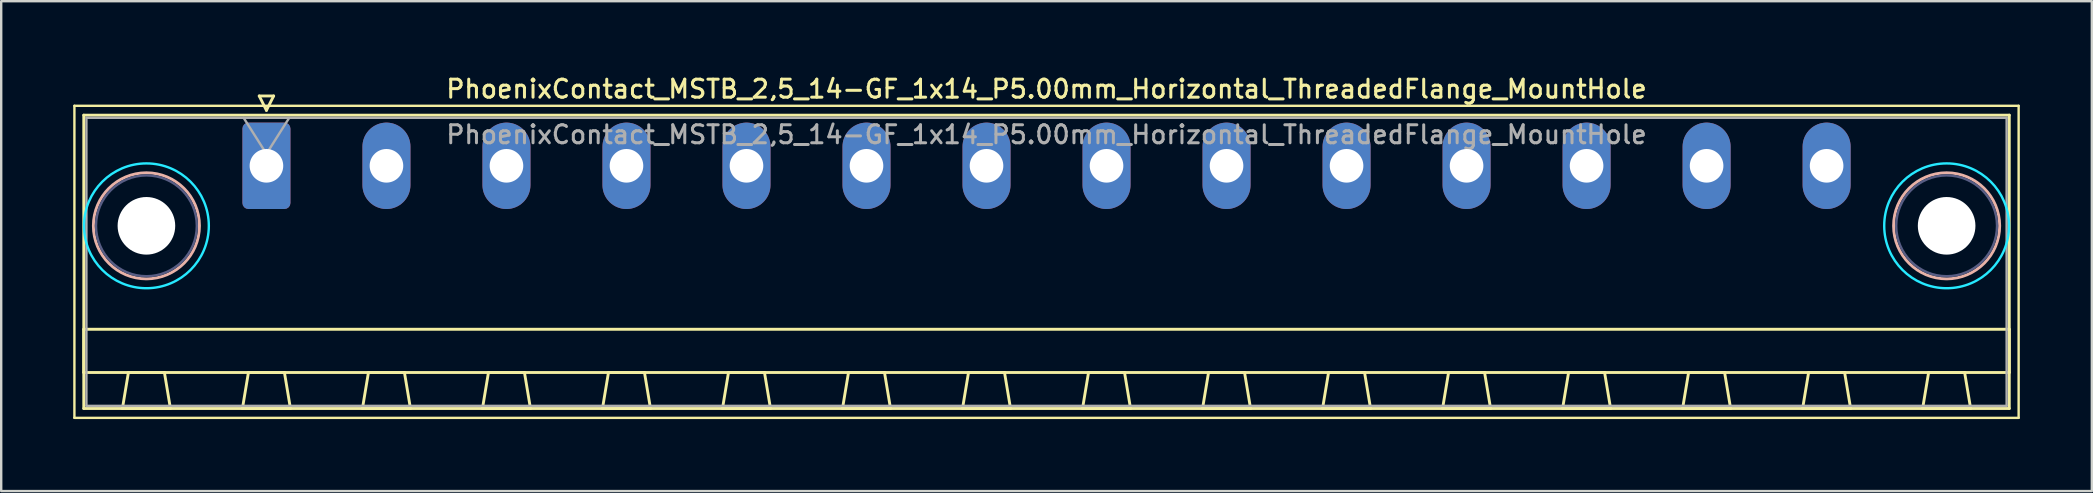
<source format=kicad_pcb>
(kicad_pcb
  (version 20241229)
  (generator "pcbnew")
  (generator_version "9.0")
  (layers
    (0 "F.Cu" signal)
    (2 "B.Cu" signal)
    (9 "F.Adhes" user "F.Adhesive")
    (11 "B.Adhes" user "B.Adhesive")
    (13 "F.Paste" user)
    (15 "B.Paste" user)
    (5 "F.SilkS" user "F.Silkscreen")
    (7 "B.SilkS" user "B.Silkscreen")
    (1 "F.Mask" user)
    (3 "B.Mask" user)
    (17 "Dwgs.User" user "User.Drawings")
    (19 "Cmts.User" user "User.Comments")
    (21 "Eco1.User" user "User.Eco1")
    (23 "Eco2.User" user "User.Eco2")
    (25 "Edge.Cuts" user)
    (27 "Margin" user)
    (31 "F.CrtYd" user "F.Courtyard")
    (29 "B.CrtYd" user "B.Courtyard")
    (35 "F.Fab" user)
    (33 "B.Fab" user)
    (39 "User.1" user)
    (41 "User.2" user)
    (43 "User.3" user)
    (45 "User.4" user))
  (footprint "PhoenixContact_MSTB_2,5_14-GF_1x14_P5.00mm_Horizontal_ThreadedFlange_MountHole"
    (layer "F.Cu")
    (at 8.05 3.858)
    (property "Reference" "PhoenixContact_MSTB_2,5_14-GF_1x14_P5.00mm_Horizontal_ThreadedFlange_MountHole" (at 32.5 -3.2 0) (layer "F.SilkS") (effects (font (size 0.75 0.75) (thickness 0.125))))
    (attr through_hole)
    (fp_line (start -8 -2.5) (end -8 10.5) (stroke (width 0.1) (type solid)) (layer "F.SilkS"))
    (fp_line (start -8 10.5) (end 73 10.5) (stroke (width 0.1) (type solid)) (layer "F.SilkS"))
    (fp_line (start -7.61 -2.11) (end -7.61 10.11) (stroke (width 0.12) (type solid)) (layer "F.SilkS"))
    (fp_line (start -7.61 6.81) (end 72.61 6.81) (stroke (width 0.12) (type solid)) (layer "F.SilkS"))
    (fp_line (start -7.61 8.61) (end -7.61 6.81) (stroke (width 0.12) (type solid)) (layer "F.SilkS"))
    (fp_line (start -7.61 10.11) (end 72.61 10.11) (stroke (width 0.12) (type solid)) (layer "F.SilkS"))
    (fp_line (start -6 10.11) (end -4 10.11) (stroke (width 0.12) (type solid)) (layer "F.SilkS"))
    (fp_line (start -5.75 8.61) (end -6 10.11) (stroke (width 0.12) (type solid)) (layer "F.SilkS"))
    (fp_line (start -4.25 8.61) (end -5.75 8.61) (stroke (width 0.12) (type solid)) (layer "F.SilkS"))
    (fp_line (start -4 10.11) (end -4.25 8.61) (stroke (width 0.12) (type solid)) (layer "F.SilkS"))
    (fp_line (start -1 10.11) (end 1 10.11) (stroke (width 0.12) (type solid)) (layer "F.SilkS"))
    (fp_line (start -0.75 8.61) (end -1 10.11) (stroke (width 0.12) (type solid)) (layer "F.SilkS"))
    (fp_line (start -0.3 -2.91) (end 0.3 -2.91) (stroke (width 0.12) (type solid)) (layer "F.SilkS"))
    (fp_line (start 0 -2.31) (end -0.3 -2.91) (stroke (width 0.12) (type solid)) (layer "F.SilkS"))
    (fp_line (start 0.3 -2.91) (end 0 -2.31) (stroke (width 0.12) (type solid)) (layer "F.SilkS"))
    (fp_line (start 0.75 8.61) (end -0.75 8.61) (stroke (width 0.12) (type solid)) (layer "F.SilkS"))
    (fp_line (start 1 10.11) (end 0.75 8.61) (stroke (width 0.12) (type solid)) (layer "F.SilkS"))
    (fp_line (start 4 10.11) (end 6 10.11) (stroke (width 0.12) (type solid)) (layer "F.SilkS"))
    (fp_line (start 4.25 8.61) (end 4 10.11) (stroke (width 0.12) (type solid)) (layer "F.SilkS"))
    (fp_line (start 5.75 8.61) (end 4.25 8.61) (stroke (width 0.12) (type solid)) (layer "F.SilkS"))
    (fp_line (start 6 10.11) (end 5.75 8.61) (stroke (width 0.12) (type solid)) (layer "F.SilkS"))
    (fp_line (start 9 10.11) (end 11 10.11) (stroke (width 0.12) (type solid)) (layer "F.SilkS"))
    (fp_line (start 9.25 8.61) (end 9 10.11) (stroke (width 0.12) (type solid)) (layer "F.SilkS"))
    (fp_line (start 10.75 8.61) (end 9.25 8.61) (stroke (width 0.12) (type solid)) (layer "F.SilkS"))
    (fp_line (start 11 10.11) (end 10.75 8.61) (stroke (width 0.12) (type solid)) (layer "F.SilkS"))
    (fp_line (start 14 10.11) (end 16 10.11) (stroke (width 0.12) (type solid)) (layer "F.SilkS"))
    (fp_line (start 14.25 8.61) (end 14 10.11) (stroke (width 0.12) (type solid)) (layer "F.SilkS"))
    (fp_line (start 15.75 8.61) (end 14.25 8.61) (stroke (width 0.12) (type solid)) (layer "F.SilkS"))
    (fp_line (start 16 10.11) (end 15.75 8.61) (stroke (width 0.12) (type solid)) (layer "F.SilkS"))
    (fp_line (start 19 10.11) (end 21 10.11) (stroke (width 0.12) (type solid)) (layer "F.SilkS"))
    (fp_line (start 19.25 8.61) (end 19 10.11) (stroke (width 0.12) (type solid)) (layer "F.SilkS"))
    (fp_line (start 20.75 8.61) (end 19.25 8.61) (stroke (width 0.12) (type solid)) (layer "F.SilkS"))
    (fp_line (start 21 10.11) (end 20.75 8.61) (stroke (width 0.12) (type solid)) (layer "F.SilkS"))
    (fp_line (start 24 10.11) (end 26 10.11) (stroke (width 0.12) (type solid)) (layer "F.SilkS"))
    (fp_line (start 24.25 8.61) (end 24 10.11) (stroke (width 0.12) (type solid)) (layer "F.SilkS"))
    (fp_line (start 25.75 8.61) (end 24.25 8.61) (stroke (width 0.12) (type solid)) (layer "F.SilkS"))
    (fp_line (start 26 10.11) (end 25.75 8.61) (stroke (width 0.12) (type solid)) (layer "F.SilkS"))
    (fp_line (start 29 10.11) (end 31 10.11) (stroke (width 0.12) (type solid)) (layer "F.SilkS"))
    (fp_line (start 29.25 8.61) (end 29 10.11) (stroke (width 0.12) (type solid)) (layer "F.SilkS"))
    (fp_line (start 30.75 8.61) (end 29.25 8.61) (stroke (width 0.12) (type solid)) (layer "F.SilkS"))
    (fp_line (start 31 10.11) (end 30.75 8.61) (stroke (width 0.12) (type solid)) (layer "F.SilkS"))
    (fp_line (start 34 10.11) (end 36 10.11) (stroke (width 0.12) (type solid)) (layer "F.SilkS"))
    (fp_line (start 34.25 8.61) (end 34 10.11) (stroke (width 0.12) (type solid)) (layer "F.SilkS"))
    (fp_line (start 35.75 8.61) (end 34.25 8.61) (stroke (width 0.12) (type solid)) (layer "F.SilkS"))
    (fp_line (start 36 10.11) (end 35.75 8.61) (stroke (width 0.12) (type solid)) (layer "F.SilkS"))
    (fp_line (start 39 10.11) (end 41 10.11) (stroke (width 0.12) (type solid)) (layer "F.SilkS"))
    (fp_line (start 39.25 8.61) (end 39 10.11) (stroke (width 0.12) (type solid)) (layer "F.SilkS"))
    (fp_line (start 40.75 8.61) (end 39.25 8.61) (stroke (width 0.12) (type solid)) (layer "F.SilkS"))
    (fp_line (start 41 10.11) (end 40.75 8.61) (stroke (width 0.12) (type solid)) (layer "F.SilkS"))
    (fp_line (start 44 10.11) (end 46 10.11) (stroke (width 0.12) (type solid)) (layer "F.SilkS"))
    (fp_line (start 44.25 8.61) (end 44 10.11) (stroke (width 0.12) (type solid)) (layer "F.SilkS"))
    (fp_line (start 45.75 8.61) (end 44.25 8.61) (stroke (width 0.12) (type solid)) (layer "F.SilkS"))
    (fp_line (start 46 10.11) (end 45.75 8.61) (stroke (width 0.12) (type solid)) (layer "F.SilkS"))
    (fp_line (start 49 10.11) (end 51 10.11) (stroke (width 0.12) (type solid)) (layer "F.SilkS"))
    (fp_line (start 49.25 8.61) (end 49 10.11) (stroke (width 0.12) (type solid)) (layer "F.SilkS"))
    (fp_line (start 50.75 8.61) (end 49.25 8.61) (stroke (width 0.12) (type solid)) (layer "F.SilkS"))
    (fp_line (start 51 10.11) (end 50.75 8.61) (stroke (width 0.12) (type solid)) (layer "F.SilkS"))
    (fp_line (start 54 10.11) (end 56 10.11) (stroke (width 0.12) (type solid)) (layer "F.SilkS"))
    (fp_line (start 54.25 8.61) (end 54 10.11) (stroke (width 0.12) (type solid)) (layer "F.SilkS"))
    (fp_line (start 55.75 8.61) (end 54.25 8.61) (stroke (width 0.12) (type solid)) (layer "F.SilkS"))
    (fp_line (start 56 10.11) (end 55.75 8.61) (stroke (width 0.12) (type solid)) (layer "F.SilkS"))
    (fp_line (start 59 10.11) (end 61 10.11) (stroke (width 0.12) (type solid)) (layer "F.SilkS"))
    (fp_line (start 59.25 8.61) (end 59 10.11) (stroke (width 0.12) (type solid)) (layer "F.SilkS"))
    (fp_line (start 60.75 8.61) (end 59.25 8.61) (stroke (width 0.12) (type solid)) (layer "F.SilkS"))
    (fp_line (start 61 10.11) (end 60.75 8.61) (stroke (width 0.12) (type solid)) (layer "F.SilkS"))
    (fp_line (start 64 10.11) (end 66 10.11) (stroke (width 0.12) (type solid)) (layer "F.SilkS"))
    (fp_line (start 64.25 8.61) (end 64 10.11) (stroke (width 0.12) (type solid)) (layer "F.SilkS"))
    (fp_line (start 65.75 8.61) (end 64.25 8.61) (stroke (width 0.12) (type solid)) (layer "F.SilkS"))
    (fp_line (start 66 10.11) (end 65.75 8.61) (stroke (width 0.12) (type solid)) (layer "F.SilkS"))
    (fp_line (start 69 10.11) (end 71 10.11) (stroke (width 0.12) (type solid)) (layer "F.SilkS"))
    (fp_line (start 69.25 8.61) (end 69 10.11) (stroke (width 0.12) (type solid)) (layer "F.SilkS"))
    (fp_line (start 70.75 8.61) (end 69.25 8.61) (stroke (width 0.12) (type solid)) (layer "F.SilkS"))
    (fp_line (start 71 10.11) (end 70.75 8.61) (stroke (width 0.12) (type solid)) (layer "F.SilkS"))
    (fp_line (start 72.61 -2.11) (end -7.61 -2.11) (stroke (width 0.12) (type solid)) (layer "F.SilkS"))
    (fp_line (start 72.61 6.81) (end 72.61 8.61) (stroke (width 0.12) (type solid)) (layer "F.SilkS"))
    (fp_line (start 72.61 8.61) (end -7.61 8.61) (stroke (width 0.12) (type solid)) (layer "F.SilkS"))
    (fp_line (start 72.61 10.11) (end 72.61 -2.11) (stroke (width 0.12) (type solid)) (layer "F.SilkS"))
    (fp_line (start 73 -2.5) (end -8 -2.5) (stroke (width 0.1) (type solid)) (layer "F.SilkS"))
    (fp_line (start 73 10.5) (end 73 -2.5) (stroke (width 0.1) (type solid)) (layer "F.SilkS"))
    (fp_circle (center -5 2.5) (end -2.79 2.5) (stroke (width 0.12) (type solid)) (fill no) (layer "B.SilkS"))
    (fp_circle (center 70 2.5) (end 72.21 2.5) (stroke (width 0.12) (type solid)) (fill no) (layer "B.SilkS"))
    (fp_circle (center -5 2.5) (end -2.4 2.5) (stroke (width 0.1) (type solid)) (fill no) (layer "B.CrtYd"))
    (fp_circle (center 70 2.5) (end 72.6 2.5) (stroke (width 0.1) (type solid)) (fill no) (layer "B.CrtYd"))
    (fp_circle (center -5 2.5) (end -2.9 2.5) (stroke (width 0.1) (type solid)) (fill no) (layer "B.Fab"))
    (fp_circle (center 70 2.5) (end 72.1 2.5) (stroke (width 0.1) (type solid)) (fill no) (layer "B.Fab"))
    (fp_line (start -7.5 -2) (end -7.5 10) (stroke (width 0.1) (type solid)) (layer "F.Fab"))
    (fp_line (start -7.5 10) (end 72.5 10) (stroke (width 0.1) (type solid)) (layer "F.Fab"))
    (fp_line (start 0 -0.5) (end -0.95 -2) (stroke (width 0.1) (type solid)) (layer "F.Fab"))
    (fp_line (start 0.95 -2) (end 0 -0.5) (stroke (width 0.1) (type solid)) (layer "F.Fab"))
    (fp_line (start 72.5 -2) (end -7.5 -2) (stroke (width 0.1) (type solid)) (layer "F.Fab"))
    (fp_line (start 72.5 10) (end 72.5 -2) (stroke (width 0.1) (type solid)) (layer "F.Fab"))
    (fp_text user "${REFERENCE}" (at 32.5 -1.3 0) (layer "F.Fab") (effects (font (size 0.75 0.75) (thickness 0.125))))
    (pad "" np_thru_hole circle (at -5 2.5) (size 2.4 2.4) (drill 2.4) (layers "*.Cu" "*.Mask"))
    (pad "" np_thru_hole circle (at 70 2.5) (size 2.4 2.4) (drill 2.4) (layers "*.Cu" "*.Mask"))
    (pad "1" thru_hole roundrect (at 0 0) (size 2 3.6) (drill 1.4) (layers "*.Cu" "*.Mask") (roundrect_rratio 0.125))
    (pad "2" thru_hole oval (at 5 0) (size 2 3.6) (drill 1.4) (layers "*.Cu" "*.Mask"))
    (pad "3" thru_hole oval (at 10 0) (size 2 3.6) (drill 1.4) (layers "*.Cu" "*.Mask"))
    (pad "4" thru_hole oval (at 15 0) (size 2 3.6) (drill 1.4) (layers "*.Cu" "*.Mask"))
    (pad "5" thru_hole oval (at 20 0) (size 2 3.6) (drill 1.4) (layers "*.Cu" "*.Mask"))
    (pad "6" thru_hole oval (at 25 0) (size 2 3.6) (drill 1.4) (layers "*.Cu" "*.Mask"))
    (pad "7" thru_hole oval (at 30 0) (size 2 3.6) (drill 1.4) (layers "*.Cu" "*.Mask"))
    (pad "8" thru_hole oval (at 35 0) (size 2 3.6) (drill 1.4) (layers "*.Cu" "*.Mask"))
    (pad "9" thru_hole oval (at 40 0) (size 2 3.6) (drill 1.4) (layers "*.Cu" "*.Mask"))
    (pad "10" thru_hole oval (at 45 0) (size 2 3.6) (drill 1.4) (layers "*.Cu" "*.Mask"))
    (pad "11" thru_hole oval (at 50 0) (size 2 3.6) (drill 1.4) (layers "*.Cu" "*.Mask"))
    (pad "12" thru_hole oval (at 55 0) (size 2 3.6) (drill 1.4) (layers "*.Cu" "*.Mask"))
    (pad "13" thru_hole oval (at 60 0) (size 2 3.6) (drill 1.4) (layers "*.Cu" "*.Mask"))
    (pad "14" thru_hole oval (at 65 0) (size 2 3.6) (drill 1.4) (layers "*.Cu" "*.Mask")))
  (gr_rect
    (start -3 -3)
    (end 84.1 17.408)
    (stroke (width 0.1) (type default))
    (fill no)
    (layer "Edge.Cuts")))
</source>
